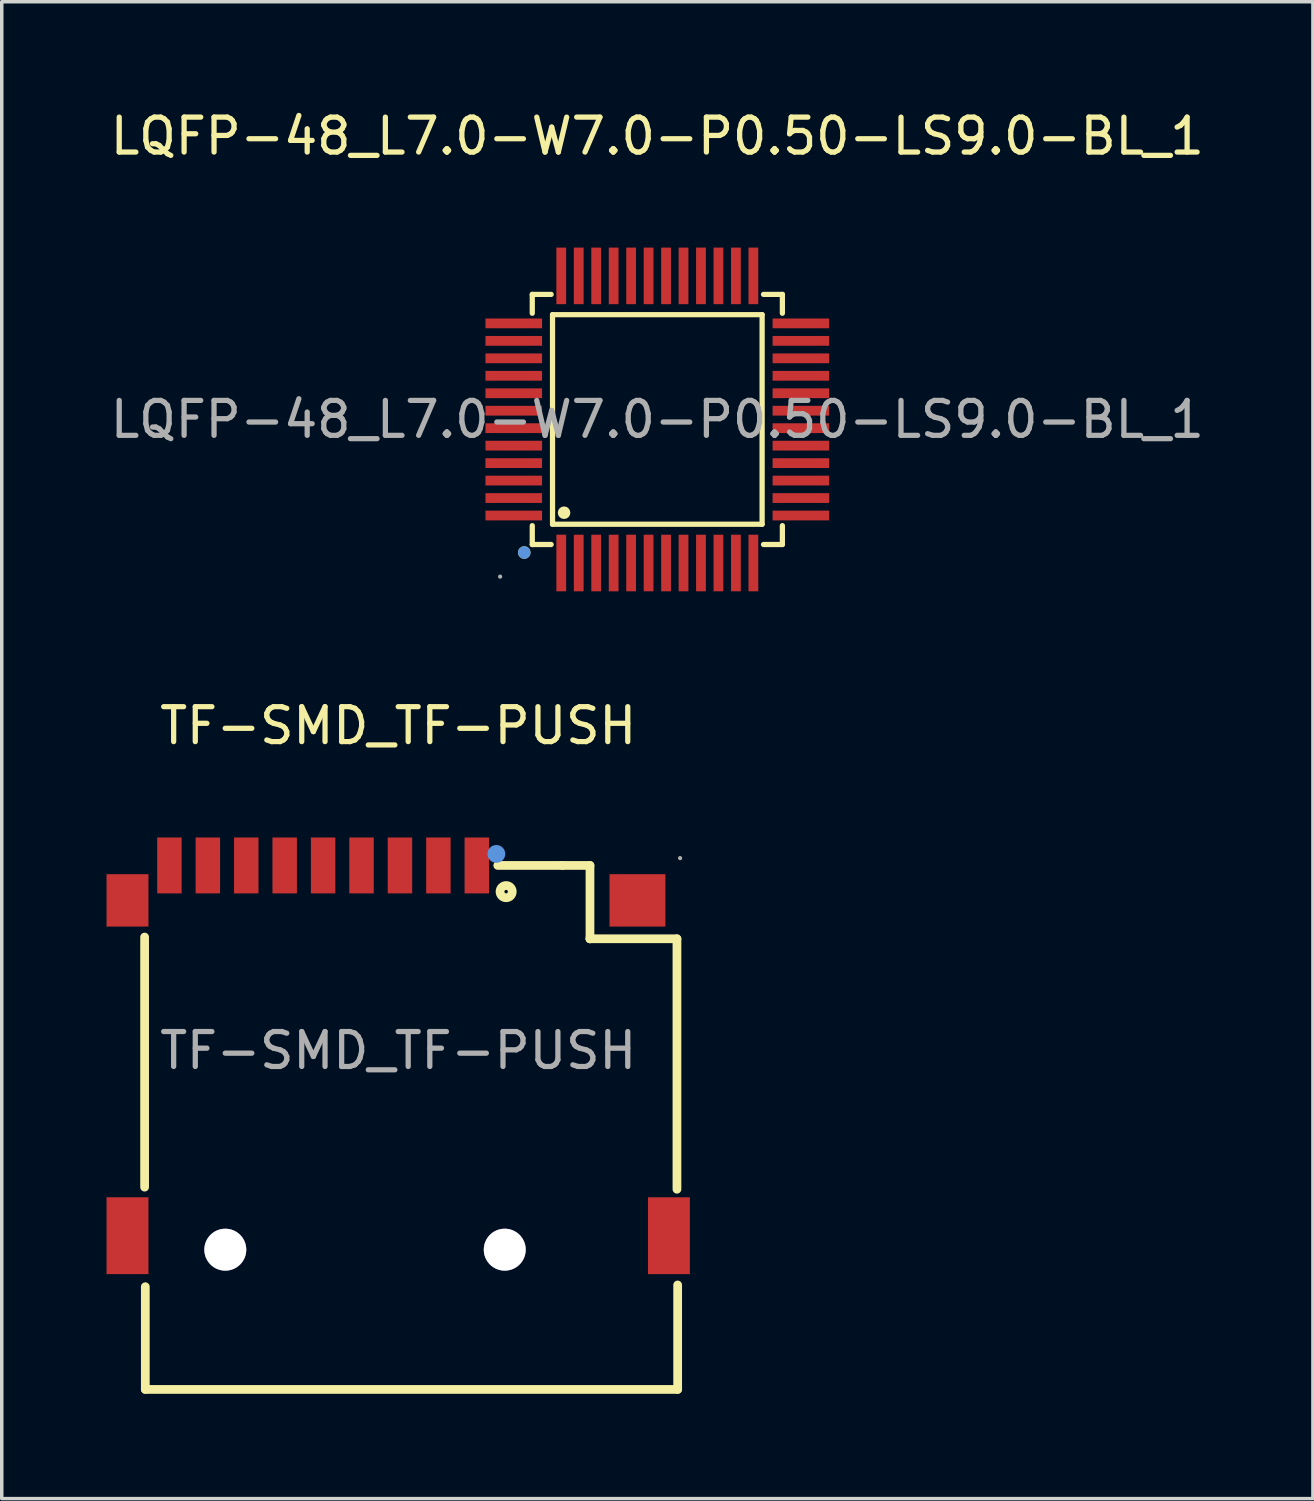
<source format=kicad_pcb>
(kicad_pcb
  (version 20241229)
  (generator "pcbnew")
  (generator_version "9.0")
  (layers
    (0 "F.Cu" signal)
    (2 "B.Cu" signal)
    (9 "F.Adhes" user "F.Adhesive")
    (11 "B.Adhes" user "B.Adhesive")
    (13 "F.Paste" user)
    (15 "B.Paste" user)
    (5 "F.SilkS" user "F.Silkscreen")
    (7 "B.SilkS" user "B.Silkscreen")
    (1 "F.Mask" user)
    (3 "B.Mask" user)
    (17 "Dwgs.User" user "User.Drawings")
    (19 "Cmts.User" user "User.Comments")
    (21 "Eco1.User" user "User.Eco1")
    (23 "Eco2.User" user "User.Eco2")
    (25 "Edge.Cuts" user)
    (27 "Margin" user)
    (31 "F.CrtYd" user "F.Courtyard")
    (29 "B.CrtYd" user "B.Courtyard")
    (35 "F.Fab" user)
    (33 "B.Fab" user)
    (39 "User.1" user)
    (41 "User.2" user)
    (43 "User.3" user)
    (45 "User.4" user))
  (footprint "LQFP-48_L7.0-W7.0-P0.50-LS9.0-BL_1"
    (layer "F.Cu")
    (at 15.768 8.958)
    (property "Reference" "LQFP-48_L7.0-W7.0-P0.50-LS9.0-BL_1" (at 0 -8.11 0) (layer "F.SilkS") (effects (font (size 1 1) (thickness 0.15))))
    (attr smd)
    (fp_line (start -3.58 -3.58) (end -3.58 -3.04) (stroke (width 0.15) (type solid)) (layer "F.SilkS"))
    (fp_line (start -3.58 3.58) (end -3.58 3.04) (stroke (width 0.15) (type solid)) (layer "F.SilkS"))
    (fp_line (start -3.04 -3.58) (end -3.58 -3.58) (stroke (width 0.15) (type solid)) (layer "F.SilkS"))
    (fp_line (start -3.04 3.58) (end -3.58 3.58) (stroke (width 0.15) (type solid)) (layer "F.SilkS"))
    (fp_line (start -3 -3) (end 3 -3) (stroke (width 0.15) (type solid)) (layer "F.SilkS"))
    (fp_line (start -3 3) (end -3 -3) (stroke (width 0.15) (type solid)) (layer "F.SilkS"))
    (fp_line (start 3 -3) (end 3 3) (stroke (width 0.15) (type solid)) (layer "F.SilkS"))
    (fp_line (start 3 3) (end -3 3) (stroke (width 0.15) (type solid)) (layer "F.SilkS"))
    (fp_line (start 3.04 -3.58) (end 3.58 -3.58) (stroke (width 0.15) (type solid)) (layer "F.SilkS"))
    (fp_line (start 3.04 3.58) (end 3.58 3.58) (stroke (width 0.15) (type solid)) (layer "F.SilkS"))
    (fp_line (start 3.58 -3.58) (end 3.58 -3.04) (stroke (width 0.15) (type solid)) (layer "F.SilkS"))
    (fp_line (start 3.58 3.58) (end 3.58 3.04) (stroke (width 0.15) (type solid)) (layer "F.SilkS"))
    (fp_circle (center -3.81 3.81) (end -3.72 3.81) (stroke (width 0.18) (type solid)) (fill no) (layer "F.SilkS"))
    (fp_circle (center -2.67 2.67) (end -2.58 2.67) (stroke (width 0.18) (type solid)) (fill no) (layer "F.SilkS"))
    (fp_circle (center -3.81 3.81) (end -3.72 3.81) (stroke (width 0.18) (type solid)) (fill no) (layer "Cmts.User"))
    (fp_circle (center -4.5 4.5) (end -4.47 4.5) (stroke (width 0.06) (type solid)) (fill no) (layer "F.Fab"))
    (fp_text user "${REFERENCE}" (at 0 0 0) (layer "F.Fab") (effects (font (size 1 1) (thickness 0.15))))
    (pad "1" smd rect (at -2.75 4.11) (size 0.28 1.62) (layers "F.Cu" "F.Mask" "F.Paste"))
    (pad "2" smd rect (at -2.25 4.11) (size 0.28 1.62) (layers "F.Cu" "F.Mask" "F.Paste"))
    (pad "3" smd rect (at -1.75 4.11) (size 0.28 1.62) (layers "F.Cu" "F.Mask" "F.Paste"))
    (pad "4" smd rect (at -1.25 4.11) (size 0.28 1.62) (layers "F.Cu" "F.Mask" "F.Paste"))
    (pad "5" smd rect (at -0.75 4.11) (size 0.28 1.62) (layers "F.Cu" "F.Mask" "F.Paste"))
    (pad "6" smd rect (at -0.25 4.11) (size 0.28 1.62) (layers "F.Cu" "F.Mask" "F.Paste"))
    (pad "7" smd rect (at 0.25 4.11) (size 0.28 1.62) (layers "F.Cu" "F.Mask" "F.Paste"))
    (pad "8" smd rect (at 0.75 4.11) (size 0.28 1.62) (layers "F.Cu" "F.Mask" "F.Paste"))
    (pad "9" smd rect (at 1.25 4.11) (size 0.28 1.62) (layers "F.Cu" "F.Mask" "F.Paste"))
    (pad "10" smd rect (at 1.75 4.11) (size 0.28 1.62) (layers "F.Cu" "F.Mask" "F.Paste"))
    (pad "11" smd rect (at 2.25 4.11) (size 0.28 1.62) (layers "F.Cu" "F.Mask" "F.Paste"))
    (pad "12" smd rect (at 2.75 4.11) (size 0.28 1.62) (layers "F.Cu" "F.Mask" "F.Paste"))
    (pad "13" smd rect (at 4.11 2.75) (size 1.62 0.28) (layers "F.Cu" "F.Mask" "F.Paste"))
    (pad "14" smd rect (at 4.11 2.25) (size 1.62 0.28) (layers "F.Cu" "F.Mask" "F.Paste"))
    (pad "15" smd rect (at 4.11 1.75) (size 1.62 0.28) (layers "F.Cu" "F.Mask" "F.Paste"))
    (pad "16" smd rect (at 4.11 1.25) (size 1.62 0.28) (layers "F.Cu" "F.Mask" "F.Paste"))
    (pad "17" smd rect (at 4.11 0.75) (size 1.62 0.28) (layers "F.Cu" "F.Mask" "F.Paste"))
    (pad "18" smd rect (at 4.11 0.25) (size 1.62 0.28) (layers "F.Cu" "F.Mask" "F.Paste"))
    (pad "19" smd rect (at 4.11 -0.25) (size 1.62 0.28) (layers "F.Cu" "F.Mask" "F.Paste"))
    (pad "20" smd rect (at 4.11 -0.75) (size 1.62 0.28) (layers "F.Cu" "F.Mask" "F.Paste"))
    (pad "21" smd rect (at 4.11 -1.25) (size 1.62 0.28) (layers "F.Cu" "F.Mask" "F.Paste"))
    (pad "22" smd rect (at 4.11 -1.75) (size 1.62 0.28) (layers "F.Cu" "F.Mask" "F.Paste"))
    (pad "23" smd rect (at 4.11 -2.25) (size 1.62 0.28) (layers "F.Cu" "F.Mask" "F.Paste"))
    (pad "24" smd rect (at 4.11 -2.75) (size 1.62 0.28) (layers "F.Cu" "F.Mask" "F.Paste"))
    (pad "25" smd rect (at 2.75 -4.11) (size 0.28 1.62) (layers "F.Cu" "F.Mask" "F.Paste"))
    (pad "26" smd rect (at 2.25 -4.11) (size 0.28 1.62) (layers "F.Cu" "F.Mask" "F.Paste"))
    (pad "27" smd rect (at 1.75 -4.11) (size 0.28 1.62) (layers "F.Cu" "F.Mask" "F.Paste"))
    (pad "28" smd rect (at 1.25 -4.11) (size 0.28 1.62) (layers "F.Cu" "F.Mask" "F.Paste"))
    (pad "29" smd rect (at 0.75 -4.11) (size 0.28 1.62) (layers "F.Cu" "F.Mask" "F.Paste"))
    (pad "30" smd rect (at 0.25 -4.11) (size 0.28 1.62) (layers "F.Cu" "F.Mask" "F.Paste"))
    (pad "31" smd rect (at -0.25 -4.11) (size 0.28 1.62) (layers "F.Cu" "F.Mask" "F.Paste"))
    (pad "32" smd rect (at -0.75 -4.11) (size 0.28 1.62) (layers "F.Cu" "F.Mask" "F.Paste"))
    (pad "33" smd rect (at -1.25 -4.11) (size 0.28 1.62) (layers "F.Cu" "F.Mask" "F.Paste"))
    (pad "34" smd rect (at -1.75 -4.11) (size 0.28 1.62) (layers "F.Cu" "F.Mask" "F.Paste"))
    (pad "35" smd rect (at -2.25 -4.11) (size 0.28 1.62) (layers "F.Cu" "F.Mask" "F.Paste"))
    (pad "36" smd rect (at -2.75 -4.11) (size 0.28 1.62) (layers "F.Cu" "F.Mask" "F.Paste"))
    (pad "37" smd rect (at -4.11 -2.75) (size 1.62 0.28) (layers "F.Cu" "F.Mask" "F.Paste"))
    (pad "38" smd rect (at -4.11 -2.25) (size 1.62 0.28) (layers "F.Cu" "F.Mask" "F.Paste"))
    (pad "39" smd rect (at -4.11 -1.75) (size 1.62 0.28) (layers "F.Cu" "F.Mask" "F.Paste"))
    (pad "40" smd rect (at -4.11 -1.25) (size 1.62 0.28) (layers "F.Cu" "F.Mask" "F.Paste"))
    (pad "41" smd rect (at -4.11 -0.75) (size 1.62 0.28) (layers "F.Cu" "F.Mask" "F.Paste"))
    (pad "42" smd rect (at -4.11 -0.25) (size 1.62 0.28) (layers "F.Cu" "F.Mask" "F.Paste"))
    (pad "43" smd rect (at -4.11 0.25) (size 1.62 0.28) (layers "F.Cu" "F.Mask" "F.Paste"))
    (pad "44" smd rect (at -4.11 0.75) (size 1.62 0.28) (layers "F.Cu" "F.Mask" "F.Paste"))
    (pad "45" smd rect (at -4.11 1.25) (size 1.62 0.28) (layers "F.Cu" "F.Mask" "F.Paste"))
    (pad "46" smd rect (at -4.11 1.75) (size 1.62 0.28) (layers "F.Cu" "F.Mask" "F.Paste"))
    (pad "47" smd rect (at -4.11 2.25) (size 1.62 0.28) (layers "F.Cu" "F.Mask" "F.Paste"))
    (pad "48" smd rect (at -4.11 2.75) (size 1.62 0.28) (layers "F.Cu" "F.Mask" "F.Paste")))
  (footprint "TF-SMD_TF-PUSH"
    (layer "F.Cu")
    (at 8.35 27.026)
    (property "Reference" "TF-SMD_TF-PUSH" (at 0 -9.3 0) (layer "F.SilkS") (effects (font (size 1 1) (thickness 0.15))))
    (attr smd)
    (fp_line (start -7.26 -3.25) (end -7.26 3.91) (stroke (width 0.25) (type solid)) (layer "F.SilkS"))
    (fp_line (start -7.24 9.7) (end -7.24 6.76) (stroke (width 0.25) (type solid)) (layer "F.SilkS"))
    (fp_line (start -7.24 9.7) (end 8 9.7) (stroke (width 0.25) (type solid)) (layer "F.SilkS"))
    (fp_line (start 4.7 -5.3) (end 2.85 -5.3) (stroke (width 0.25) (type solid)) (layer "F.SilkS"))
    (fp_line (start 4.7 -5.3) (end 5.49 -5.3) (stroke (width 0.25) (type solid)) (layer "F.SilkS"))
    (fp_line (start 5.49 -5.3) (end 5.49 -3.2) (stroke (width 0.25) (type solid)) (layer "F.SilkS"))
    (fp_line (start 5.49 -3.2) (end 5.5 -3.2) (stroke (width 0.25) (type solid)) (layer "F.SilkS"))
    (fp_line (start 7.98 -3.2) (end 5.49 -3.2) (stroke (width 0.25) (type solid)) (layer "F.SilkS"))
    (fp_line (start 7.98 3.97) (end 7.98 -3.2) (stroke (width 0.25) (type solid)) (layer "F.SilkS"))
    (fp_line (start 8 9.7) (end 8 6.71) (stroke (width 0.25) (type solid)) (layer "F.SilkS"))
    (fp_circle (center 3.09 -4.55) (end 3.14 -4.55) (stroke (width 0.25) (type solid)) (fill no) (layer "F.SilkS"))
    (fp_circle (center -4.95 5.7) (end -4.75 5.7) (stroke (width 0.4) (type solid)) (fill no) (layer "Cmts.User"))
    (fp_circle (center 2.81 -5.63) (end 2.94 -5.63) (stroke (width 0.25) (type solid)) (fill no) (layer "Cmts.User"))
    (fp_circle (center 3.05 5.7) (end 3.25 5.7) (stroke (width 0.4) (type solid)) (fill no) (layer "Cmts.User"))
    (fp_circle (center 8.07 -5.51) (end 8.1 -5.51) (stroke (width 0.06) (type solid)) (fill no) (layer "F.Fab"))
    (fp_text user "${REFERENCE}" (at 0 0 0) (layer "F.Fab") (effects (font (size 1 1) (thickness 0.15))))
    (pad "" thru_hole circle (at -4.95 5.7) (size 1.2 1.2) (drill 1.2) (layers "*.Cu" "*.Mask"))
    (pad "" thru_hole circle (at 3.05 5.7) (size 1.2 1.2) (drill 1.2) (layers "*.Cu" "*.Mask"))
    (pad "1" smd rect (at 2.25 -5.3) (size 0.7 1.6) (layers "F.Cu" "F.Mask" "F.Paste"))
    (pad "2" smd rect (at 1.15 -5.3) (size 0.7 1.6) (layers "F.Cu" "F.Mask" "F.Paste"))
    (pad "3" smd rect (at 0.05 -5.3) (size 0.7 1.6) (layers "F.Cu" "F.Mask" "F.Paste"))
    (pad "4" smd rect (at -1.05 -5.3) (size 0.7 1.6) (layers "F.Cu" "F.Mask" "F.Paste"))
    (pad "5" smd rect (at -2.15 -5.3) (size 0.7 1.6) (layers "F.Cu" "F.Mask" "F.Paste"))
    (pad "6" smd rect (at -3.25 -5.3) (size 0.7 1.6) (layers "F.Cu" "F.Mask" "F.Paste"))
    (pad "7" smd rect (at -4.35 -5.3) (size 0.7 1.6) (layers "F.Cu" "F.Mask" "F.Paste"))
    (pad "8" smd rect (at -5.45 -5.3) (size 0.7 1.6) (layers "F.Cu" "F.Mask" "F.Paste"))
    (pad "10" smd rect (at -7.75 -4.3) (size 1.2 1.5) (layers "F.Cu" "F.Mask" "F.Paste"))
    (pad "11" smd rect (at -7.75 5.3) (size 1.2 2.2) (layers "F.Cu" "F.Mask" "F.Paste"))
    (pad "12" smd rect (at 7.75 5.3) (size 1.2 2.2) (layers "F.Cu" "F.Mask" "F.Paste"))
    (pad "13" smd rect (at 6.85 -4.3) (size 1.6 1.5) (layers "F.Cu" "F.Mask" "F.Paste"))
    (pad "CD" smd rect (at -6.55 -5.3) (size 0.7 1.6) (layers "F.Cu" "F.Mask" "F.Paste")))
  (gr_rect
    (start -3 -3)
    (end 34.536 39.852)
    (stroke (width 0.1) (type default))
    (fill no)
    (layer "Edge.Cuts")))
</source>
